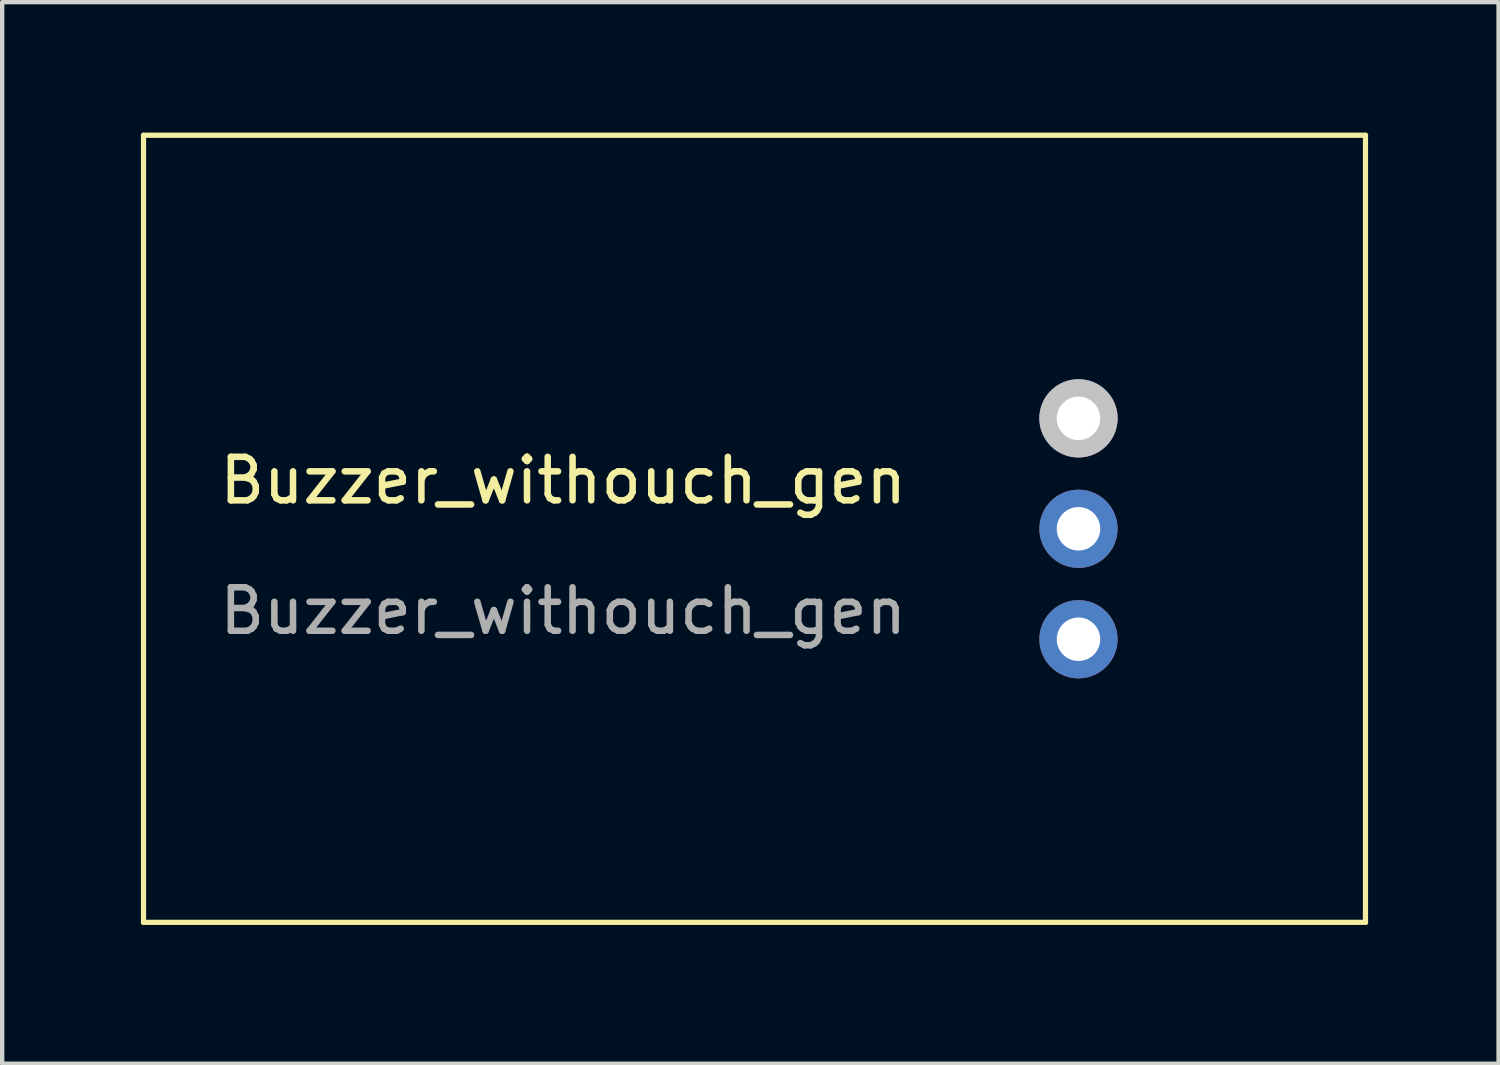
<source format=kicad_pcb>
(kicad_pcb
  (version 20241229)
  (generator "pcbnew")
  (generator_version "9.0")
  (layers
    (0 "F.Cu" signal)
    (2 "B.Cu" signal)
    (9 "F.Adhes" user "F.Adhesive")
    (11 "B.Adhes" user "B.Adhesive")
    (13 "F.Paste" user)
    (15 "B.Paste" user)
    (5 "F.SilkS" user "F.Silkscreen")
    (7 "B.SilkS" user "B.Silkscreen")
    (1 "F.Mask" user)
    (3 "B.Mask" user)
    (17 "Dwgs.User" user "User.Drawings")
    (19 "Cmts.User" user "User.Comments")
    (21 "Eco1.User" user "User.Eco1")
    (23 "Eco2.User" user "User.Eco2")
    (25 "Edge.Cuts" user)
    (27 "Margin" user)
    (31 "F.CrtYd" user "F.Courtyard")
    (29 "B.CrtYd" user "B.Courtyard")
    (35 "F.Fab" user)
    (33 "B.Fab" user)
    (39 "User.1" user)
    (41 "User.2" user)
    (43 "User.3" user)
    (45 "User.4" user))
  (footprint "Buzzer_withouch_gen"
    (layer "F.Cu")
    (at 0.25 18.16)
    (property "Reference" "Buzzer_withouch_gen" (at 9.652 -10.16 0) (unlocked yes) (layer "F.SilkS") (effects (font (size 1 1) (thickness 0.15))))
    (attr smd)
    (fp_line (start 0 -18.1) (end 28.1 -18.1) (stroke (width 0.12) (type solid)) (layer "F.SilkS"))
    (fp_line (start 0 0) (end 0 -18.1) (stroke (width 0.12) (type solid)) (layer "F.SilkS"))
    (fp_line (start 0 0) (end 28.1 0) (stroke (width 0.12) (type solid)) (layer "F.SilkS"))
    (fp_line (start 28.1 -18.1) (end 28.1 0) (stroke (width 0.12) (type solid)) (layer "F.SilkS"))
    (fp_text user "${REFERENCE}" (at 9.652 -7.16 0) (unlocked yes) (layer "F.Fab") (effects (font (size 1 1) (thickness 0.15))))
    (pad "1" thru_hole circle (at 21.5 -11.59) (size 1.8 1.8) (drill 1) (layers "*.Cu" "*.Mask" "Dwgs.User"))
    (pad "2" thru_hole circle (at 21.5 -9.05) (size 1.8 1.8) (drill 1) (layers "*.Cu" "*.Mask"))
    (pad "3" thru_hole circle (at 21.5 -6.51) (size 1.8 1.8) (drill 1) (layers "*.Cu" "*.Mask")))
  (gr_rect
    (start -3 -3)
    (end 31.41 21.41)
    (stroke (width 0.1) (type default))
    (fill no)
    (layer "Edge.Cuts")))
</source>
